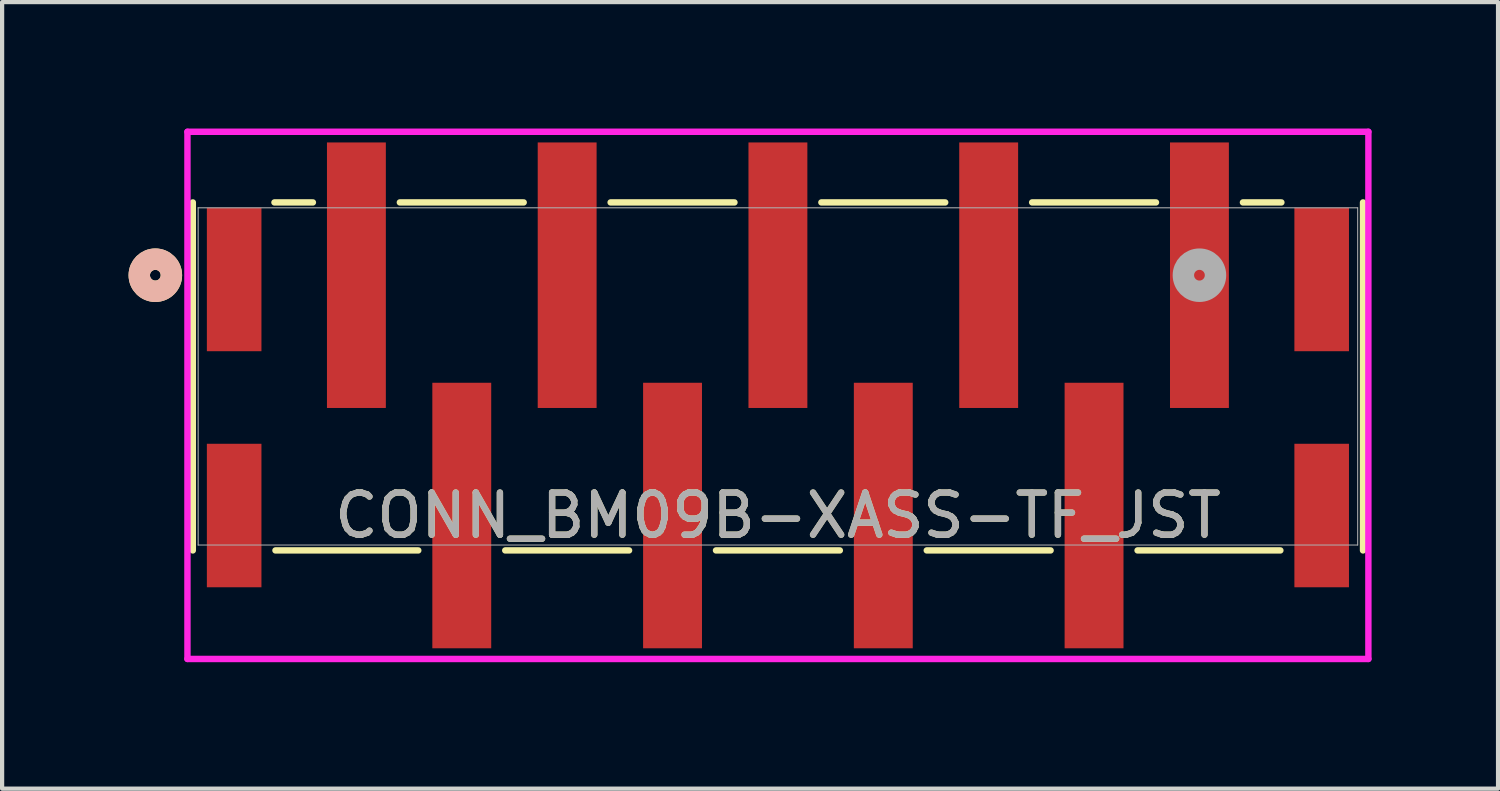
<source format=kicad_pcb>
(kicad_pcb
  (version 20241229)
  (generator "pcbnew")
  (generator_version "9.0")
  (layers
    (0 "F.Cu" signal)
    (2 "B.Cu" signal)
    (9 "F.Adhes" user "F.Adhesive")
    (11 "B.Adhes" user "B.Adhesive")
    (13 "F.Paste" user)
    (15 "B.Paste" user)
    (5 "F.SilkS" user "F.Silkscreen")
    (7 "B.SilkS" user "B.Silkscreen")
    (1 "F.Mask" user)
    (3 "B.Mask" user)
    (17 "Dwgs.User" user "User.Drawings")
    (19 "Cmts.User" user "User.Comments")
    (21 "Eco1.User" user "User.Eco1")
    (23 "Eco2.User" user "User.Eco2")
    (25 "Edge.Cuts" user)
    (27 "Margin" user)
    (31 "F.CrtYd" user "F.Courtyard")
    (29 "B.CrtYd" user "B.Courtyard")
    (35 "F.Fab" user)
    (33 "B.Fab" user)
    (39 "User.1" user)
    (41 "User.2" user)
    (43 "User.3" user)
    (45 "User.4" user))
  (footprint "CONN_BM09B-XASS-TF_JST"
    (layer "F.Cu")
    (at 15.405 5.88)
    (property "Reference" "CONN_BM09B-XASS-TF_JST" (at 0 3.3 0) (unlocked yes) (layer "F.SilkS") (effects (font (size 1 1) (thickness 0.15))))
    (attr smd)
    (fp_line (start -13.881 -4.128) (end -13.881 4.128) (stroke (width 0.152) (type solid)) (layer "F.SilkS"))
    (fp_line (start -11.92 4.128) (end -8.532 4.128) (stroke (width 0.152) (type solid)) (layer "F.SilkS"))
    (fp_line (start -11.032 -4.128) (end -11.944 -4.128) (stroke (width 0.152) (type solid)) (layer "F.SilkS"))
    (fp_line (start -6.469 4.128) (end -3.531 4.128) (stroke (width 0.152) (type solid)) (layer "F.SilkS"))
    (fp_line (start -6.031 -4.128) (end -8.969 -4.128) (stroke (width 0.152) (type solid)) (layer "F.SilkS"))
    (fp_line (start -1.469 4.128) (end 1.469 4.128) (stroke (width 0.152) (type solid)) (layer "F.SilkS"))
    (fp_line (start -1.031 -4.128) (end -3.969 -4.128) (stroke (width 0.152) (type solid)) (layer "F.SilkS"))
    (fp_line (start 3.531 4.128) (end 6.469 4.128) (stroke (width 0.152) (type solid)) (layer "F.SilkS"))
    (fp_line (start 3.969 -4.128) (end 1.031 -4.128) (stroke (width 0.152) (type solid)) (layer "F.SilkS"))
    (fp_line (start 8.532 4.128) (end 11.92 4.128) (stroke (width 0.152) (type solid)) (layer "F.SilkS"))
    (fp_line (start 8.969 -4.128) (end 6.031 -4.128) (stroke (width 0.152) (type solid)) (layer "F.SilkS"))
    (fp_line (start 11.944 -4.128) (end 11.032 -4.128) (stroke (width 0.152) (type solid)) (layer "F.SilkS"))
    (fp_line (start 13.881 4.128) (end 13.881 -4.128) (stroke (width 0.152) (type solid)) (layer "F.SilkS"))
    (fp_circle (center -14.77 -2.401) (end -14.389 -2.401) (stroke (width 0.508) (type solid)) (fill no) (layer "F.SilkS"))
    (fp_circle (center -14.77 -2.401) (end -14.389 -2.401) (stroke (width 0.508) (type solid)) (fill no) (layer "B.SilkS"))
    (fp_line (start -14.008 -5.804) (end -14.008 6.703) (stroke (width 0.152) (type solid)) (layer "F.CrtYd"))
    (fp_line (start -14.008 6.703) (end 14.008 6.703) (stroke (width 0.152) (type solid)) (layer "F.CrtYd"))
    (fp_line (start 14.008 -5.804) (end -14.008 -5.804) (stroke (width 0.152) (type solid)) (layer "F.CrtYd"))
    (fp_line (start 14.008 6.703) (end 14.008 -5.804) (stroke (width 0.152) (type solid)) (layer "F.CrtYd"))
    (fp_line (start -13.754 -4) (end -13.754 4) (stroke (width 0.025) (type solid)) (layer "F.Fab"))
    (fp_line (start -13.754 4) (end 13.754 4) (stroke (width 0.025) (type solid)) (layer "F.Fab"))
    (fp_line (start 13.754 -4) (end -13.754 -4) (stroke (width 0.025) (type solid)) (layer "F.Fab"))
    (fp_line (start 13.754 4) (end 13.754 -4) (stroke (width 0.025) (type solid)) (layer "F.Fab"))
    (fp_circle (center 10 -2.401) (end 10.381 -2.401) (stroke (width 0.508) (type solid)) (fill no) (layer "F.Fab"))
    (fp_text user "${REFERENCE}" (at 0 3.3 0) (unlocked yes) (layer "F.Fab") (effects (font (size 1 1) (thickness 0.15))))
    (pad "1" smd rect (at 10 -2.401) (size 1.397 6.299) (layers "F.Cu" "F.Mask" "F.Paste"))
    (pad "2" smd rect (at 7.5 3.3) (size 1.397 6.299) (layers "F.Cu" "F.Mask" "F.Paste"))
    (pad "3" smd rect (at 5 -2.401) (size 1.397 6.299) (layers "F.Cu" "F.Mask" "F.Paste"))
    (pad "4" smd rect (at 2.5 3.3) (size 1.397 6.299) (layers "F.Cu" "F.Mask" "F.Paste"))
    (pad "5" smd rect (at 0 -2.401) (size 1.397 6.299) (layers "F.Cu" "F.Mask" "F.Paste"))
    (pad "6" smd rect (at -2.5 3.3) (size 1.397 6.299) (layers "F.Cu" "F.Mask" "F.Paste"))
    (pad "7" smd rect (at -5 -2.401) (size 1.397 6.299) (layers "F.Cu" "F.Mask" "F.Paste"))
    (pad "8" smd rect (at -7.5 3.3) (size 1.397 6.299) (layers "F.Cu" "F.Mask" "F.Paste"))
    (pad "9" smd rect (at -10 -2.401) (size 1.397 6.299) (layers "F.Cu" "F.Mask" "F.Paste"))
    (pad "10" smd rect (at -12.9 3.3) (size 1.295 3.404) (layers "F.Cu" "F.Mask" "F.Paste"))
    (pad "11" smd rect (at 12.9 3.3) (size 1.295 3.404) (layers "F.Cu" "F.Mask" "F.Paste"))
    (pad "12" smd rect (at -12.9 -2.3) (size 1.295 3.404) (layers "F.Cu" "F.Mask" "F.Paste"))
    (pad "13" smd rect (at 12.9 -2.3) (size 1.295 3.404) (layers "F.Cu" "F.Mask" "F.Paste")))
  (gr_rect
    (start -3 -3)
    (end 32.489 15.66)
    (stroke (width 0.1) (type default))
    (fill no)
    (layer "Edge.Cuts")))
</source>
